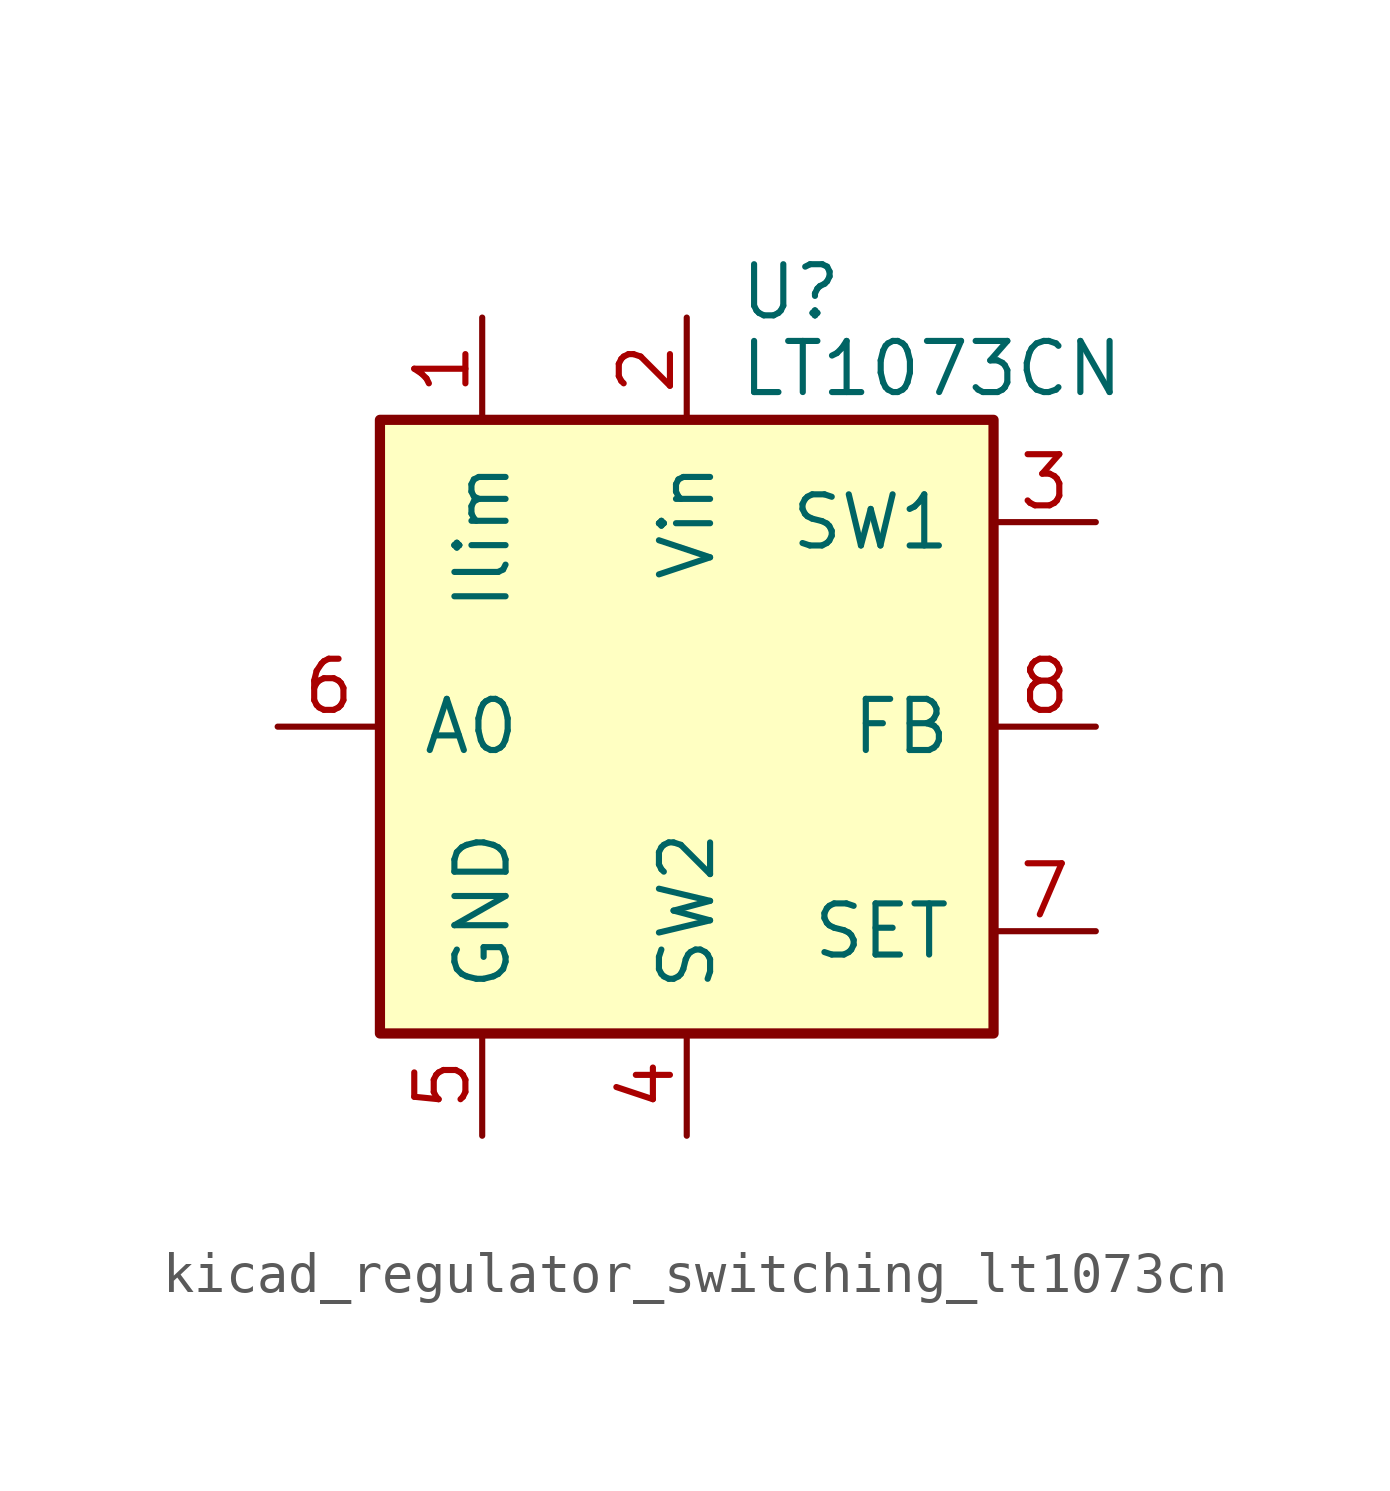
<source format=kicad_sym>
(kicad_symbol_lib
  (version 20220914)
  (generator kicad_symbol_editor)
  (symbol "kicad_regulator_switching_lt1073cn"
    (pin_names
      (offset 1.016))
    (property "Reference" "U"
      (at 1.27 10.795 0)
      (effects (font (size 1.27 1.27)) (justify left)))
    (property "Value" "LT1073CN"
      (at 1.27 8.89 0)
      (effects (font (size 1.27 1.27)) (justify left)))
    (symbol "kicad_regulator_switching_lt1073cn_0_1"
      (rectangle (start -7.62 7.62) (end 7.62 -7.62) (stroke (width 0.254) (type default)) (fill (type background))))
    (symbol "kicad_regulator_switching_lt1073cn_1_1"
      (pin input line (at -5.08 10.16 270) (length 2.54) (name "Ilim" (effects (font (size 1.27 1.27)))) (number "1" (effects (font (size 1.27 1.27)))))
      (pin power_in line (at 0 10.16 270) (length 2.54) (name "Vin" (effects (font (size 1.27 1.27)))) (number "2" (effects (font (size 1.27 1.27)))))
      (pin input line (at 10.16 5.08 180) (length 2.54) (name "SW1" (effects (font (size 1.27 1.27)))) (number "3" (effects (font (size 1.27 1.27)))))
      (pin input line (at 0 -10.16 90) (length 2.54) (name "SW2" (effects (font (size 1.27 1.27)))) (number "4" (effects (font (size 1.27 1.27)))))
      (pin power_in line (at -5.08 -10.16 90) (length 2.54) (name "GND" (effects (font (size 1.27 1.27)))) (number "5" (effects (font (size 1.27 1.27)))))
      (pin output line (at -10.16 0 0) (length 2.54) (name "A0" (effects (font (size 1.27 1.27)))) (number "6" (effects (font (size 1.27 1.27)))))
      (pin input line (at 10.16 -5.08 180) (length 2.54) (name "SET" (effects (font (size 1.27 1.27)))) (number "7" (effects (font (size 1.27 1.27)))))
      (pin input line (at 10.16 0 180) (length 2.54) (name "FB" (effects (font (size 1.27 1.27)))) (number "8" (effects (font (size 1.27 1.27))))))))
</source>
